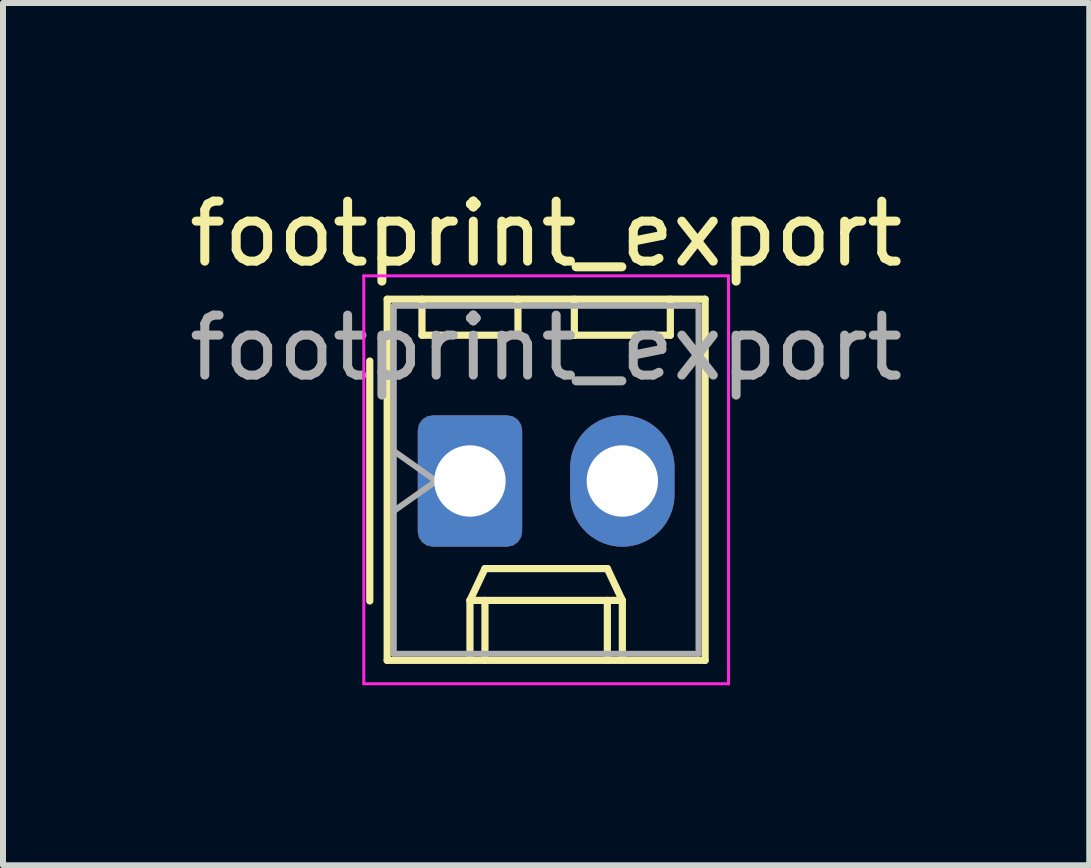
<source format=kicad_pcb>
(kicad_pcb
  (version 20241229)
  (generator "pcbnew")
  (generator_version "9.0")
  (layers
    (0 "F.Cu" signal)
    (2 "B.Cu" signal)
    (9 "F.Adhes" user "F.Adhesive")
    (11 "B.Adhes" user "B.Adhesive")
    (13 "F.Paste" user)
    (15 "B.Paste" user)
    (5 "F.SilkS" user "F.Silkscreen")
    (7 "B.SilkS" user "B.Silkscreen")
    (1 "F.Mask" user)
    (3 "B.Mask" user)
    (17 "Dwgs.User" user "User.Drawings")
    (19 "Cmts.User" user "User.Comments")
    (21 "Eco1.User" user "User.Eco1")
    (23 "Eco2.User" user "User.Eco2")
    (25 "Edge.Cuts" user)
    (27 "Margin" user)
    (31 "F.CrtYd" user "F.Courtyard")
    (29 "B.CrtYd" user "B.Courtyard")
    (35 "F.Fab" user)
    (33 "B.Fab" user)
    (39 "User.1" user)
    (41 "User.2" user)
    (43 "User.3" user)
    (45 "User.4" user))
  (footprint "footprint_export"
    (layer "F.Cu")
    (at 4.784 4.968)
    (property "Reference" "footprint_export" (at 1.27 -4.12 0) (layer "F.SilkS") (effects (font (size 1 1) (thickness 0.15))))
    (attr through_hole)
    (fp_line (start -1.67 -2) (end -1.67 2) (stroke (width 0.12) (type solid)) (layer "F.SilkS"))
    (fp_line (start -1.38 -3.03) (end -1.38 2.99) (stroke (width 0.12) (type solid)) (layer "F.SilkS"))
    (fp_line (start -1.38 2.99) (end 3.92 2.99) (stroke (width 0.12) (type solid)) (layer "F.SilkS"))
    (fp_line (start -0.8 -3.03) (end -0.8 -2.43) (stroke (width 0.12) (type solid)) (layer "F.SilkS"))
    (fp_line (start -0.8 -2.43) (end 0.8 -2.43) (stroke (width 0.12) (type solid)) (layer "F.SilkS"))
    (fp_line (start 0 1.99) (end 0.25 1.46) (stroke (width 0.12) (type solid)) (layer "F.SilkS"))
    (fp_line (start 0 1.99) (end 2.54 1.99) (stroke (width 0.12) (type solid)) (layer "F.SilkS"))
    (fp_line (start 0 2.99) (end 0 1.99) (stroke (width 0.12) (type solid)) (layer "F.SilkS"))
    (fp_line (start 0.25 1.46) (end 2.29 1.46) (stroke (width 0.12) (type solid)) (layer "F.SilkS"))
    (fp_line (start 0.25 2.99) (end 0.25 1.99) (stroke (width 0.12) (type solid)) (layer "F.SilkS"))
    (fp_line (start 0.8 -2.43) (end 0.8 -3.03) (stroke (width 0.12) (type solid)) (layer "F.SilkS"))
    (fp_line (start 1.74 -3.03) (end 1.74 -2.43) (stroke (width 0.12) (type solid)) (layer "F.SilkS"))
    (fp_line (start 1.74 -2.43) (end 3.34 -2.43) (stroke (width 0.12) (type solid)) (layer "F.SilkS"))
    (fp_line (start 2.29 1.46) (end 2.54 1.99) (stroke (width 0.12) (type solid)) (layer "F.SilkS"))
    (fp_line (start 2.29 2.99) (end 2.29 1.99) (stroke (width 0.12) (type solid)) (layer "F.SilkS"))
    (fp_line (start 2.54 1.99) (end 2.54 2.99) (stroke (width 0.12) (type solid)) (layer "F.SilkS"))
    (fp_line (start 3.34 -2.43) (end 3.34 -3.03) (stroke (width 0.12) (type solid)) (layer "F.SilkS"))
    (fp_line (start 3.92 -3.03) (end -1.38 -3.03) (stroke (width 0.12) (type solid)) (layer "F.SilkS"))
    (fp_line (start 3.92 2.99) (end 3.92 -3.03) (stroke (width 0.12) (type solid)) (layer "F.SilkS"))
    (fp_line (start -1.77 -3.42) (end -1.77 3.38) (stroke (width 0.05) (type solid)) (layer "F.CrtYd"))
    (fp_line (start -1.77 3.38) (end 4.31 3.38) (stroke (width 0.05) (type solid)) (layer "F.CrtYd"))
    (fp_line (start 4.31 -3.42) (end -1.77 -3.42) (stroke (width 0.05) (type solid)) (layer "F.CrtYd"))
    (fp_line (start 4.31 3.38) (end 4.31 -3.42) (stroke (width 0.05) (type solid)) (layer "F.CrtYd"))
    (fp_line (start -1.27 -2.92) (end -1.27 2.88) (stroke (width 0.1) (type solid)) (layer "F.Fab"))
    (fp_line (start -1.27 -0.5) (end -0.563 0) (stroke (width 0.1) (type solid)) (layer "F.Fab"))
    (fp_line (start -1.27 2.88) (end 3.81 2.88) (stroke (width 0.1) (type solid)) (layer "F.Fab"))
    (fp_line (start -0.563 0) (end -1.27 0.5) (stroke (width 0.1) (type solid)) (layer "F.Fab"))
    (fp_line (start 3.81 -2.92) (end -1.27 -2.92) (stroke (width 0.1) (type solid)) (layer "F.Fab"))
    (fp_line (start 3.81 2.88) (end 3.81 -2.92) (stroke (width 0.1) (type solid)) (layer "F.Fab"))
    (fp_text user "${REFERENCE}" (at 1.27 -2.22 0) (layer "F.Fab") (effects (font (size 1 1) (thickness 0.15))))
    (pad "1" thru_hole roundrect (at 0 0) (size 1.74 2.19) (drill 1.19) (layers "*.Cu" "*.Mask") (roundrect_rratio 0.144))
    (pad "2" thru_hole oval (at 2.54 0) (size 1.74 2.19) (drill 1.19) (layers "*.Cu" "*.Mask")))
  (gr_rect
    (start -3 -3)
    (end 15.107 11.373)
    (stroke (width 0.1) (type default))
    (fill no)
    (layer "Edge.Cuts")))
</source>
